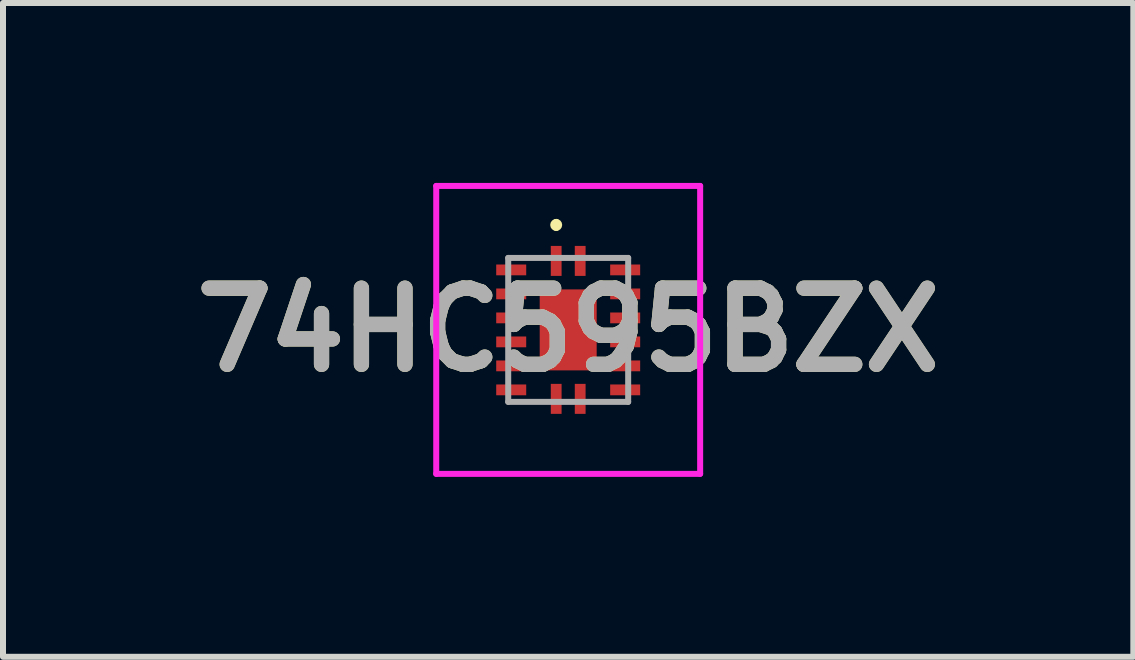
<source format=kicad_pcb>
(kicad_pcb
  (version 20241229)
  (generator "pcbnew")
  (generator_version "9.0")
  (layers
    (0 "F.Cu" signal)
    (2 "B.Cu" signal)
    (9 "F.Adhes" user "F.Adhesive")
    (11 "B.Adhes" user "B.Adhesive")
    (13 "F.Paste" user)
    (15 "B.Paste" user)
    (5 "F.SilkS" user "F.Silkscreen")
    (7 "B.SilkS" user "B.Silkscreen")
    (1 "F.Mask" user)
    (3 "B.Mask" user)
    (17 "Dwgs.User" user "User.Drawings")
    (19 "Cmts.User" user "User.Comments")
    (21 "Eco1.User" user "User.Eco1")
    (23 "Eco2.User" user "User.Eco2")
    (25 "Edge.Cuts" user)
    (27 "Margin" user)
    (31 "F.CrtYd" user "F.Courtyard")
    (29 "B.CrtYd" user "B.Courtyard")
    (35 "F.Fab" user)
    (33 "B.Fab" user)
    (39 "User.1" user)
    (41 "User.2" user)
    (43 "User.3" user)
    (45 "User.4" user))
  (footprint "74HC595BZX"
    (layer "F.Cu")
    (at 6.423 2.45)
    (property "Reference" "74HC595BZX" (at 0 0 0) (layer "F.SilkS") (effects (font (size 1.27 1.27) (thickness 0.254))))
    (attr smd)
    (fp_line (start -0.2 -1.8) (end -0.2 -1.8) (stroke (width 0.1) (type solid)) (layer "F.SilkS"))
    (fp_line (start -0.2 -1.7) (end -0.2 -1.7) (stroke (width 0.1) (type solid)) (layer "F.SilkS"))
    (fp_arc (start -0.2 -1.8) (mid -0.15 -1.75) (end -0.2 -1.7) (stroke (width 0.1) (type solid)) (layer "F.SilkS"))
    (fp_arc (start -0.2 -1.7) (mid -0.25 -1.75) (end -0.2 -1.8) (stroke (width 0.1) (type solid)) (layer "F.SilkS"))
    (fp_line (start -2.2 -2.4) (end 2.2 -2.4) (stroke (width 0.1) (type solid)) (layer "F.CrtYd"))
    (fp_line (start -2.2 2.4) (end -2.2 -2.4) (stroke (width 0.1) (type solid)) (layer "F.CrtYd"))
    (fp_line (start 2.2 -2.4) (end 2.2 2.4) (stroke (width 0.1) (type solid)) (layer "F.CrtYd"))
    (fp_line (start 2.2 2.4) (end -2.2 2.4) (stroke (width 0.1) (type solid)) (layer "F.CrtYd"))
    (fp_line (start -1 -1.2) (end -1 1.2) (stroke (width 0.1) (type solid)) (layer "F.Fab"))
    (fp_line (start -1 1.2) (end 1 1.2) (stroke (width 0.1) (type solid)) (layer "F.Fab"))
    (fp_line (start 1 -1.2) (end -1 -1.2) (stroke (width 0.1) (type solid)) (layer "F.Fab"))
    (fp_line (start 1 1.2) (end 1 -1.2) (stroke (width 0.1) (type solid)) (layer "F.Fab"))
    (fp_text user "${REFERENCE}" (at 0 0 0) (layer "F.Fab") (effects (font (size 1.27 1.27) (thickness 0.254))))
    (pad "1" smd rect (at -0.2 -1.15) (size 0.18 0.5) (layers "F.Cu" "F.Mask" "F.Paste"))
    (pad "2" smd rect (at -0.95 -1 90) (size 0.18 0.5) (layers "F.Cu" "F.Mask" "F.Paste"))
    (pad "3" smd rect (at -0.95 -0.6 90) (size 0.18 0.5) (layers "F.Cu" "F.Mask" "F.Paste"))
    (pad "4" smd rect (at -0.95 -0.2 90) (size 0.18 0.5) (layers "F.Cu" "F.Mask" "F.Paste"))
    (pad "5" smd rect (at -0.95 0.2 90) (size 0.18 0.5) (layers "F.Cu" "F.Mask" "F.Paste"))
    (pad "6" smd rect (at -0.95 0.6 90) (size 0.18 0.5) (layers "F.Cu" "F.Mask" "F.Paste"))
    (pad "7" smd rect (at -0.95 1 90) (size 0.18 0.5) (layers "F.Cu" "F.Mask" "F.Paste"))
    (pad "8" smd rect (at -0.2 1.15) (size 0.18 0.5) (layers "F.Cu" "F.Mask" "F.Paste"))
    (pad "9" smd rect (at 0.2 1.15) (size 0.18 0.5) (layers "F.Cu" "F.Mask" "F.Paste"))
    (pad "10" smd rect (at 0.95 1 90) (size 0.18 0.5) (layers "F.Cu" "F.Mask" "F.Paste"))
    (pad "11" smd rect (at 0.95 0.6 90) (size 0.18 0.5) (layers "F.Cu" "F.Mask" "F.Paste"))
    (pad "12" smd rect (at 0.95 0.2 90) (size 0.18 0.5) (layers "F.Cu" "F.Mask" "F.Paste"))
    (pad "13" smd rect (at 0.95 -0.2 90) (size 0.18 0.5) (layers "F.Cu" "F.Mask" "F.Paste"))
    (pad "14" smd rect (at 0.95 -0.6 90) (size 0.18 0.5) (layers "F.Cu" "F.Mask" "F.Paste"))
    (pad "15" smd rect (at 0.95 -1 90) (size 0.18 0.5) (layers "F.Cu" "F.Mask" "F.Paste"))
    (pad "16" smd rect (at 0.2 -1.15) (size 0.18 0.5) (layers "F.Cu" "F.Mask" "F.Paste"))
    (pad "17" smd rect (at 0 0) (size 0.95 1.35) (layers "F.Cu" "F.Mask" "F.Paste")))
  (gr_rect
    (start -3 -3)
    (end 15.845 7.9)
    (stroke (width 0.1) (type default))
    (fill no)
    (layer "Edge.Cuts")))
</source>
